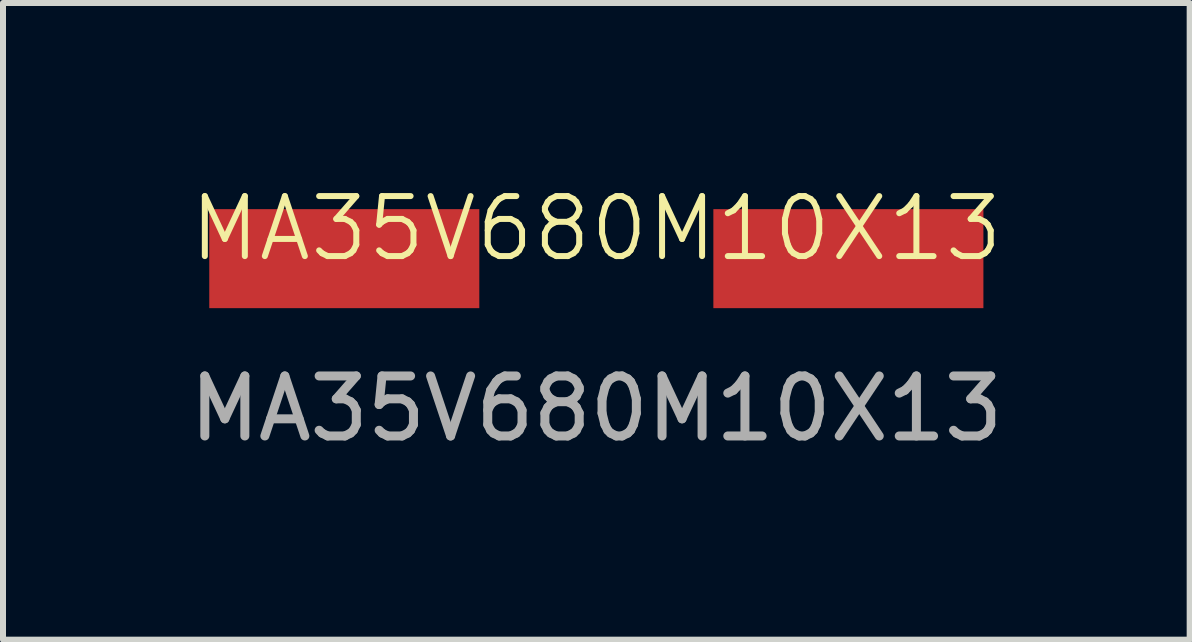
<source format=kicad_pcb>
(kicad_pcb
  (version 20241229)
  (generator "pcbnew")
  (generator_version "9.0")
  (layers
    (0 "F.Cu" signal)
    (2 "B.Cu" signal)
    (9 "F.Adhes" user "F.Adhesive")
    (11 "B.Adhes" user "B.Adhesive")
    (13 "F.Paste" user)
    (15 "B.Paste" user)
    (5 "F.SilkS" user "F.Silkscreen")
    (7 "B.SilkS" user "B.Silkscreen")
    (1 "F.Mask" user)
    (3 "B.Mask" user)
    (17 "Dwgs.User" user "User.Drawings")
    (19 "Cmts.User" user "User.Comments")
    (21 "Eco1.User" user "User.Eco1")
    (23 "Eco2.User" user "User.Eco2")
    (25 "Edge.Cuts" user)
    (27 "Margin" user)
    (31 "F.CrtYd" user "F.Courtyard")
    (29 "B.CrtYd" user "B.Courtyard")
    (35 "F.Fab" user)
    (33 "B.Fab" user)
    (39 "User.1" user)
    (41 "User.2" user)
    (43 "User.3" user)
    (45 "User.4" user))
  (footprint "MA35V680M10X13"
    (layer "F.Cu")
    (at 6.887 1.26)
    (property "Reference" "MA35V680M10X13" (at 0 -0.5 0) (unlocked yes) (layer "F.SilkS") (effects (font (size 1 1) (thickness 0.1))))
    (attr smd)
    (fp_text user "${REFERENCE}" (at 0 2.5 0) (unlocked yes) (layer "F.Fab") (effects (font (size 1 1) (thickness 0.15))))
    (pad "1" smd rect (at -4.2 0) (size 4.5 1.65) (layers "F.Cu" "F.Mask" "F.Paste"))
    (pad "2" smd rect (at 4.2 0) (size 4.5 1.65) (layers "F.Cu" "F.Mask" "F.Paste")))
  (gr_rect
    (start -3 -3)
    (end 16.774 7.609)
    (stroke (width 0.1) (type default))
    (fill no)
    (layer "Edge.Cuts")))
</source>
